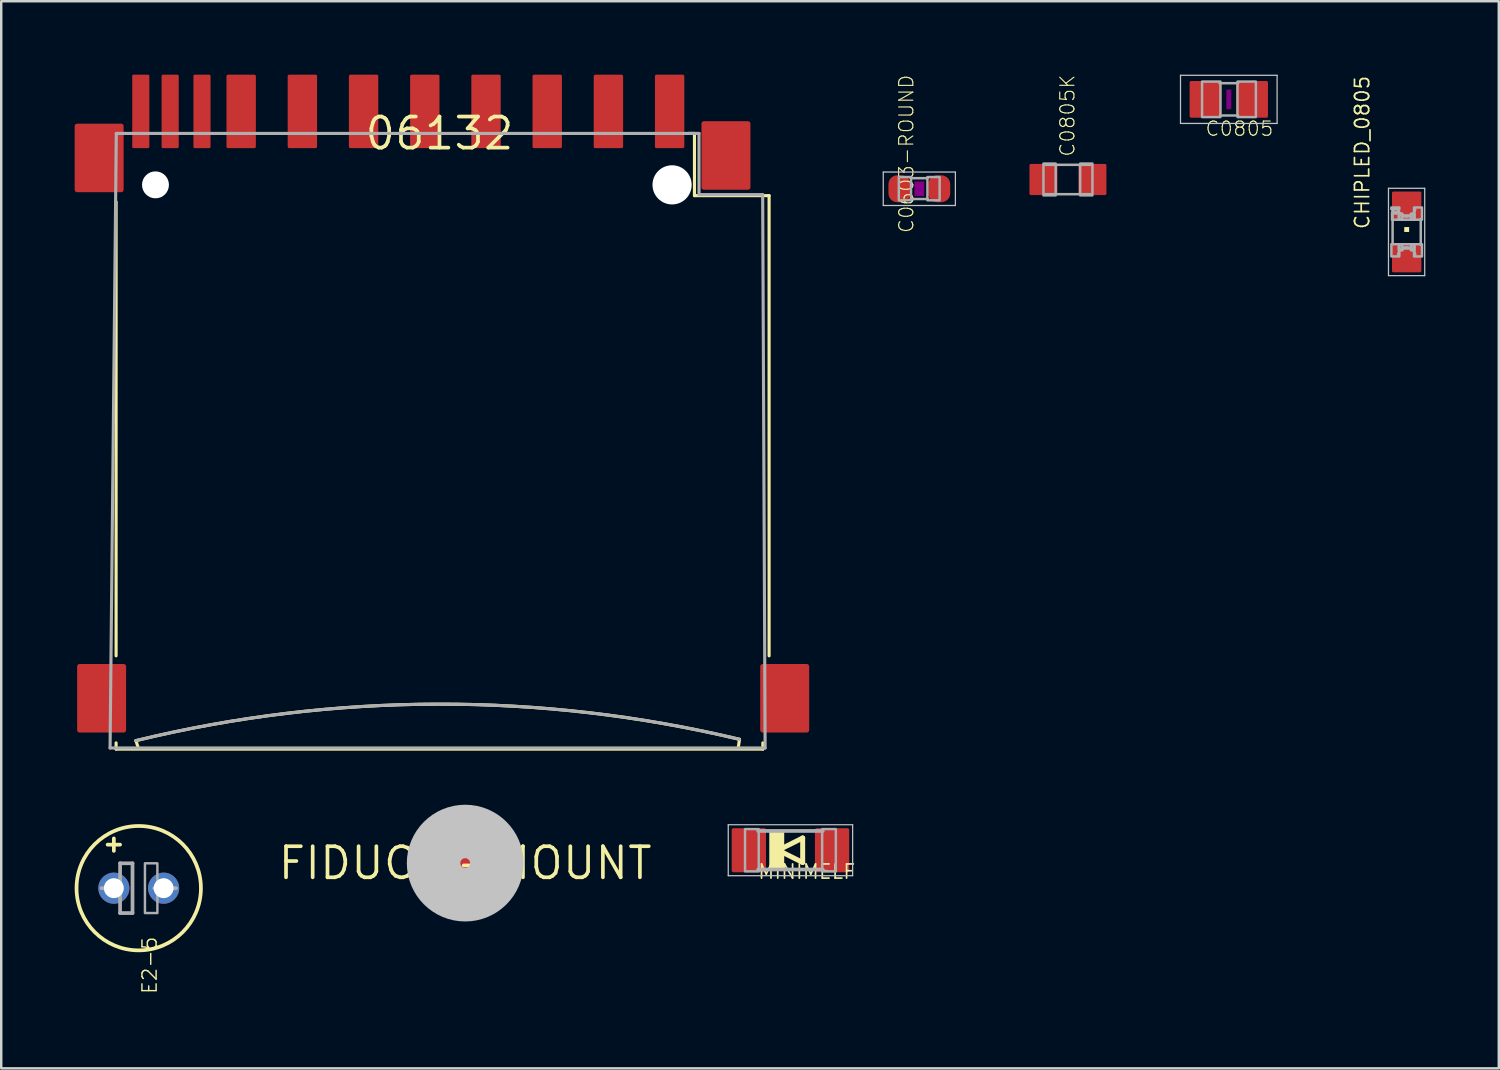
<source format=kicad_pcb>
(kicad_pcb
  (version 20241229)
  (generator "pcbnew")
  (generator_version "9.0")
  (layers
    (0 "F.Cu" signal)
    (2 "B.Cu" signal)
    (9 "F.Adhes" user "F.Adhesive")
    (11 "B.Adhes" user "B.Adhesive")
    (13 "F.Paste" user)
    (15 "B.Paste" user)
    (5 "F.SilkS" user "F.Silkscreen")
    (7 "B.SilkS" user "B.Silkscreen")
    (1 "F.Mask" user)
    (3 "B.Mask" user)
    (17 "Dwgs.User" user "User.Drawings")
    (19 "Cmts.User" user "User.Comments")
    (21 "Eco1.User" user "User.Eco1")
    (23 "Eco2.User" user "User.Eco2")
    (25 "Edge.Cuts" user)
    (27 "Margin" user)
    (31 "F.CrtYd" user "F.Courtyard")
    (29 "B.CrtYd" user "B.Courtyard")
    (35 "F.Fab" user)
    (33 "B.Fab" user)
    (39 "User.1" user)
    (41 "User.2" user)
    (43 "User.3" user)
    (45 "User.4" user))
  (footprint "C0603-ROUND"
    (layer "F.Cu")
    (at 34.498 4.66)
    (property "Reference" "C0603-ROUND" (at -0.193 1.844 90) (layer "F.SilkS") (effects (font (size 0.579 0.579) (thickness 0.046)) (justify left bottom)))
    (attr through_hole)
    (fp_poly (pts (xy -0.2 0.3) (xy 0.2 0.3) (xy 0.2 -0.3) (xy -0.2 -0.3)) (stroke (width 0) (type solid)) (fill yes) (layer "F.Adhes"))
    (fp_line (start -1.473 -0.683) (end 1.473 -0.683) (stroke (width 0.051) (type solid)) (layer "Dwgs.User"))
    (fp_line (start -1.473 0.683) (end -1.473 -0.683) (stroke (width 0.051) (type solid)) (layer "Dwgs.User"))
    (fp_line (start 1.473 -0.683) (end 1.473 0.683) (stroke (width 0.051) (type solid)) (layer "Dwgs.User"))
    (fp_line (start 1.473 0.683) (end -1.473 0.683) (stroke (width 0.051) (type solid)) (layer "Dwgs.User"))
    (fp_line (start -0.356 -0.432) (end 0.356 -0.432) (stroke (width 0.102) (type solid)) (layer "F.Fab"))
    (fp_line (start -0.356 0.419) (end 0.356 0.419) (stroke (width 0.102) (type solid)) (layer "F.Fab"))
    (fp_poly (pts (xy -0.838 0.47) (xy -0.338 0.47) (xy -0.338 -0.48) (xy -0.838 -0.48)) (stroke (width 0.1) (type solid)) (fill no) (layer "F.Fab"))
    (fp_poly (pts (xy 0.33 0.47) (xy 0.83 0.47) (xy 0.83 -0.48) (xy 0.33 -0.48)) (stroke (width 0.1) (type solid)) (fill no) (layer "F.Fab"))
    (pad "1" smd roundrect (at -0.813 0 90) (size 1.1 0.898) (layers "F.Cu" "F.Mask" "F.Paste") (roundrect_rratio 0.4))
    (pad "2" smd roundrect (at 0.813 0 90) (size 1.1 0.898) (layers "F.Cu" "F.Mask" "F.Paste") (roundrect_rratio 0.4)))
  (footprint "06132"
    (layer "F.Cu")
    (at 14.9 2.4)
    (property "Reference" "06132" (at 0 0 0) (layer "F.SilkS") (effects (font (size 1.27 1.27) (thickness 0.15))))
    (attr through_hole)
    (fp_line (start -13.208 2.794) (end -13.208 21.336) (stroke (width 0.127) (type solid)) (layer "F.SilkS"))
    (fp_line (start -13.208 24.892) (end -13.208 25.146) (stroke (width 0.127) (type solid)) (layer "F.SilkS"))
    (fp_line (start -13.208 25.146) (end 13.208 25.146) (stroke (width 0.127) (type solid)) (layer "F.SilkS"))
    (fp_line (start -12.4 24.8) (end -12.3 25.1) (stroke (width 0.127) (type solid)) (layer "F.SilkS"))
    (fp_line (start 10.414 0) (end 10.16 0) (stroke (width 0.127) (type solid)) (layer "F.SilkS"))
    (fp_line (start 10.414 2.54) (end 10.414 0) (stroke (width 0.127) (type solid)) (layer "F.SilkS"))
    (fp_line (start 12.254 24.746) (end 12.2 25.1) (stroke (width 0.127) (type solid)) (layer "F.SilkS"))
    (fp_line (start 13.208 25.146) (end 13.208 24.892) (stroke (width 0.127) (type solid)) (layer "F.SilkS"))
    (fp_line (start 13.462 2.54) (end 10.414 2.54) (stroke (width 0.127) (type solid)) (layer "F.SilkS"))
    (fp_line (start 13.462 21.336) (end 13.462 2.54) (stroke (width 0.127) (type solid)) (layer "F.SilkS"))
    (fp_arc (start -12.4 24.8) (mid -0.076208 23.308774) (end 12.253999 24.746) (stroke (width 0.127) (type solid)) (layer "F.SilkS"))
    (fp_line (start -13.454 25.1) (end -13.2 0) (stroke (width 0.127) (type solid)) (layer "F.Fab"))
    (fp_line (start -13.2 0) (end 10.6 0) (stroke (width 0.127) (type solid)) (layer "F.Fab"))
    (fp_line (start 10.6 0) (end 10.6 2.5) (stroke (width 0.127) (type solid)) (layer "F.Fab"))
    (fp_line (start 10.6 2.5) (end 13.2 2.5) (stroke (width 0.127) (type solid)) (layer "F.Fab"))
    (fp_line (start 13.2 2.5) (end 13.3 25.1) (stroke (width 0.127) (type solid)) (layer "F.Fab"))
    (fp_line (start 13.3 25.1) (end -13.454 25.1) (stroke (width 0.127) (type solid)) (layer "F.Fab"))
    (fp_arc (start -12.4 24.8) (mid -0.076208 23.308774) (end 12.253999 24.746) (stroke (width 0.127) (type solid)) (layer "F.Fab"))
    (pad "" np_thru_hole circle (at -11.6 2.1) (size 1.1 1.1) (drill 1.1) (layers "*.Cu" "*.Mask"))
    (pad "" np_thru_hole circle (at 9.5 2.1) (size 1.6 1.6) (drill 1.6) (layers "*.Cu" "*.Mask"))
    (pad "1" smd roundrect (at 6.9 -0.9 90) (size 3 1.2) (layers "F.Cu" "F.Mask" "F.Paste") (roundrect_rratio 0.05))
    (pad "2" smd roundrect (at 4.4 -0.9 90) (size 3 1.2) (layers "F.Cu" "F.Mask" "F.Paste") (roundrect_rratio 0.05))
    (pad "3" smd roundrect (at 1.9 -0.9 90) (size 3 1.2) (layers "F.Cu" "F.Mask" "F.Paste") (roundrect_rratio 0.05))
    (pad "4" smd roundrect (at -0.6 -0.9 90) (size 3 1.2) (layers "F.Cu" "F.Mask" "F.Paste") (roundrect_rratio 0.05))
    (pad "5" smd roundrect (at -3.1 -0.9 90) (size 3 1.2) (layers "F.Cu" "F.Mask" "F.Paste") (roundrect_rratio 0.05))
    (pad "6" smd roundrect (at -5.6 -0.9 90) (size 3 1.2) (layers "F.Cu" "F.Mask" "F.Paste") (roundrect_rratio 0.05))
    (pad "7" smd roundrect (at -8.1 -0.9 90) (size 3 1.2) (layers "F.Cu" "F.Mask" "F.Paste") (roundrect_rratio 0.05))
    (pad "8" smd roundrect (at -9.7 -0.9 90) (size 3 0.7) (layers "F.Cu" "F.Mask" "F.Paste") (roundrect_rratio 0.073))
    (pad "9" smd roundrect (at 9.4 -0.9 90) (size 3 1.2) (layers "F.Cu" "F.Mask" "F.Paste") (roundrect_rratio 0.05))
    (pad "CD" smd roundrect (at -11 -0.9 90) (size 3 0.7) (layers "F.Cu" "F.Mask" "F.Paste") (roundrect_rratio 0.073))
    (pad "GP" smd roundrect (at -13.8 23.07 90) (size 2.8 2) (layers "F.Cu" "F.Mask" "F.Paste") (roundrect_rratio 0.05))
    (pad "GP2" smd roundrect (at 14.1 23.07 90) (size 2.8 2) (layers "F.Cu" "F.Mask" "F.Paste") (roundrect_rratio 0.05))
    (pad "GP3" smd roundrect (at 11.7 0.9 90) (size 2.8 2) (layers "F.Cu" "F.Mask" "F.Paste") (roundrect_rratio 0.05))
    (pad "GP4" smd roundrect (at -13.9 1 90) (size 2.8 2) (layers "F.Cu" "F.Mask" "F.Paste") (roundrect_rratio 0.05))
    (pad "WP" smd roundrect (at -12.2 -0.9 90) (size 3 0.7) (layers "F.Cu" "F.Mask" "F.Paste") (roundrect_rratio 0.073)))
  (footprint "MINIMELF"
    (layer "F.Cu")
    (at 29.234 31.676)
    (property "Reference" "MINIMELF" (at -1.364 1.213 0) (layer "F.SilkS") (effects (font (size 0.579 0.579) (thickness 0.069)) (justify left bottom)))
    (attr through_hole)
    (fp_line (start -0.5 0) (end 0.5 0.5) (stroke (width 0.203) (type solid)) (layer "F.SilkS"))
    (fp_line (start 0.5 -0.5) (end -0.5 0) (stroke (width 0.203) (type solid)) (layer "F.SilkS"))
    (fp_line (start 0.5 0.5) (end 0.5 -0.5) (stroke (width 0.203) (type solid)) (layer "F.SilkS"))
    (fp_poly (pts (xy -0.864 0.787) (xy -0.254 0.787) (xy -0.254 -0.787) (xy -0.864 -0.787)) (stroke (width 0) (type solid)) (fill yes) (layer "F.SilkS"))
    (fp_line (start -2.54 -1.041) (end 2.54 -1.041) (stroke (width 0.051) (type solid)) (layer "Dwgs.User"))
    (fp_line (start -2.54 1.041) (end -2.54 -1.041) (stroke (width 0.051) (type solid)) (layer "Dwgs.User"))
    (fp_line (start 2.54 -1.041) (end 2.54 1.041) (stroke (width 0.051) (type solid)) (layer "Dwgs.User"))
    (fp_line (start 2.54 1.041) (end -2.54 1.041) (stroke (width 0.051) (type solid)) (layer "Dwgs.User"))
    (fp_line (start 1.321 -0.787) (end -1.321 -0.787) (stroke (width 0.152) (type solid)) (layer "F.Fab"))
    (fp_line (start 1.321 0.787) (end -1.321 0.787) (stroke (width 0.152) (type solid)) (layer "F.Fab"))
    (fp_poly (pts (xy -1.854 0.864) (xy -1.295 0.864) (xy -1.295 -0.864) (xy -1.854 -0.864)) (stroke (width 0.1) (type solid)) (fill no) (layer "F.Fab"))
    (fp_poly (pts (xy 1.295 0.864) (xy 1.854 0.864) (xy 1.854 -0.864) (xy 1.295 -0.864)) (stroke (width 0.1) (type solid)) (fill no) (layer "F.Fab"))
    (pad "A" smd roundrect (at 1.7 0) (size 1.4 1.8) (layers "F.Cu" "F.Mask" "F.Paste") (roundrect_rratio 0.05))
    (pad "C" smd roundrect (at -1.7 0) (size 1.4 1.8) (layers "F.Cu" "F.Mask" "F.Paste") (roundrect_rratio 0.05)))
  (footprint "C0805K"
    (layer "F.Cu")
    (at 40.568 4.281)
    (property "Reference" "C0805K" (at 0.317 -0.894 90) (layer "F.SilkS") (effects (font (size 0.579 0.579) (thickness 0.046)) (justify left bottom)))
    (attr through_hole)
    (fp_line (start -0.925 -0.6) (end 0.925 -0.6) (stroke (width 0.102) (type solid)) (layer "F.Fab"))
    (fp_line (start 0.925 0.6) (end -0.925 0.6) (stroke (width 0.102) (type solid)) (layer "F.Fab"))
    (fp_poly (pts (xy -1 0.65) (xy -0.5 0.65) (xy -0.5 -0.65) (xy -1 -0.65)) (stroke (width 0.1) (type solid)) (fill no) (layer "F.Fab"))
    (fp_poly (pts (xy 0.5 0.65) (xy 1 0.65) (xy 1 -0.65) (xy 0.5 -0.65)) (stroke (width 0.1) (type solid)) (fill no) (layer "F.Fab"))
    (pad "1" smd roundrect (at -1 0) (size 1.143 1.27) (layers "F.Cu" "F.Mask" "F.Paste") (roundrect_rratio 0.05))
    (pad "2" smd roundrect (at 1 0) (size 1.143 1.27) (layers "F.Cu" "F.Mask" "F.Paste") (roundrect_rratio 0.05)))
  (footprint "E2-5"
    (layer "F.Cu")
    (at 2.616 33.226)
    (property "Reference" "E2-5" (at 0.784 4.36 90) (layer "F.SilkS") (effects (font (size 0.579 0.579) (thickness 0.058)) (justify left bottom)))
    (attr through_hole)
    (fp_line (start -1.27 -1.778) (end -0.762 -1.778) (stroke (width 0.152) (type solid)) (layer "F.SilkS"))
    (fp_line (start -1.016 -1.524) (end -1.016 -2.032) (stroke (width 0.152) (type solid)) (layer "F.SilkS"))
    (fp_circle (center 0 0) (end 2.54 0) (stroke (width 0.152) (type solid)) (fill no) (layer "F.SilkS"))
    (fp_line (start -1.524 0) (end -0.762 0) (stroke (width 0.152) (type solid)) (layer "F.Fab"))
    (fp_line (start -0.762 -1.016) (end -0.762 0) (stroke (width 0.152) (type solid)) (layer "F.Fab"))
    (fp_line (start -0.762 0) (end -0.762 1.016) (stroke (width 0.152) (type solid)) (layer "F.Fab"))
    (fp_line (start -0.762 1.016) (end -0.254 1.016) (stroke (width 0.152) (type solid)) (layer "F.Fab"))
    (fp_line (start -0.254 -1.016) (end -0.762 -1.016) (stroke (width 0.152) (type solid)) (layer "F.Fab"))
    (fp_line (start -0.254 1.016) (end -0.254 -1.016) (stroke (width 0.152) (type solid)) (layer "F.Fab"))
    (fp_line (start 0.635 0) (end 1.524 0) (stroke (width 0.152) (type solid)) (layer "F.Fab"))
    (fp_poly (pts (xy 0.254 1.016) (xy 0.762 1.016) (xy 0.762 -1.016) (xy 0.254 -1.016)) (stroke (width 0.1) (type solid)) (fill no) (layer "F.Fab"))
    (pad "+" thru_hole circle (at -1.016 0) (size 1.27 1.27) (drill 0.813) (layers "*.Cu" "*.Mask"))
    (pad "-" thru_hole circle (at 1.016 0) (size 1.27 1.27) (drill 0.813) (layers "*.Cu" "*.Mask")))
  (footprint "C0805"
    (layer "F.Cu")
    (at 47.138 1.008)
    (property "Reference" "C0805" (at -0.989 1.538 180) (layer "F.SilkS") (effects (font (size 0.579 0.579) (thickness 0.046)) (justify left bottom)))
    (attr through_hole)
    (fp_poly (pts (xy -0.1 0.4) (xy 0.1 0.4) (xy 0.1 -0.4) (xy -0.1 -0.4)) (stroke (width 0) (type solid)) (fill yes) (layer "F.Adhes"))
    (fp_line (start -1.973 -0.983) (end 1.973 -0.983) (stroke (width 0.051) (type solid)) (layer "Dwgs.User"))
    (fp_line (start -1.973 0.983) (end -1.973 -0.983) (stroke (width 0.051) (type solid)) (layer "Dwgs.User"))
    (fp_line (start 1.973 -0.983) (end 1.973 0.983) (stroke (width 0.051) (type solid)) (layer "Dwgs.User"))
    (fp_line (start 1.973 0.983) (end -1.973 0.983) (stroke (width 0.051) (type solid)) (layer "Dwgs.User"))
    (fp_line (start -0.381 -0.66) (end 0.381 -0.66) (stroke (width 0.102) (type solid)) (layer "F.Fab"))
    (fp_line (start -0.356 0.66) (end 0.381 0.66) (stroke (width 0.102) (type solid)) (layer "F.Fab"))
    (fp_poly (pts (xy -1.092 0.724) (xy -0.342 0.724) (xy -0.342 -0.726) (xy -1.092 -0.726)) (stroke (width 0.1) (type solid)) (fill no) (layer "F.Fab"))
    (fp_poly (pts (xy 0.356 0.724) (xy 1.106 0.724) (xy 1.106 -0.726) (xy 0.356 -0.726)) (stroke (width 0.1) (type solid)) (fill no) (layer "F.Fab"))
    (pad "1" smd roundrect (at -0.95 0) (size 1.3 1.5) (layers "F.Cu" "F.Mask" "F.Paste") (roundrect_rratio 0.05))
    (pad "2" smd roundrect (at 0.95 0) (size 1.3 1.5) (layers "F.Cu" "F.Mask" "F.Paste") (roundrect_rratio 0.05)))
  (footprint "FIDUCIA-MOUNT"
    (layer "F.Cu")
    (at 15.95 32.202)
    (property "Reference" "FIDUCIA-MOUNT" (at 0 0 0) (layer "F.SilkS") (effects (font (size 1.27 1.27) (thickness 0.15))))
    (attr through_hole)
    (fp_circle (center 0 0) (end 0.5 0) (stroke (width 2.184) (type solid)) (fill no) (layer "F.Mask"))
    (fp_circle (center 0 0) (end 0.5 0) (stroke (width 2.184) (type solid)) (fill no) (layer "F.Mask"))
    (fp_circle (center 0 0) (end 0.2 0) (stroke (width 2.184) (type solid)) (fill no) (layer "Dwgs.User"))
    (pad "P$1" smd roundrect (at 0 0) (size 1.016 1.016) (layers "F.Cu" "F.Mask" "F.Paste") (roundrect_rratio 0.5)))
  (footprint "CHIPLED_0805"
    (layer "F.Cu")
    (at 54.403 6.424)
    (property "Reference" "CHIPLED_0805" (at -1.479 -0.072 90) (layer "F.SilkS") (effects (font (size 0.579 0.579) (thickness 0.069)) (justify left bottom)))
    (attr through_hole)
    (fp_poly (pts (xy -0.1 0) (xy 0.1 0) (xy 0.1 -0.2) (xy -0.1 -0.2)) (stroke (width 0) (type solid)) (fill yes) (layer "F.SilkS"))
    (fp_line (start -0.743 -1.784) (end 0.737 -1.784) (stroke (width 0.051) (type solid)) (layer "Dwgs.User"))
    (fp_line (start -0.743 1.784) (end -0.743 -1.784) (stroke (width 0.051) (type solid)) (layer "Dwgs.User"))
    (fp_line (start 0.737 -1.784) (end 0.737 1.784) (stroke (width 0.051) (type solid)) (layer "Dwgs.User"))
    (fp_line (start 0.737 1.784) (end -0.743 1.784) (stroke (width 0.051) (type solid)) (layer "Dwgs.User"))
    (fp_line (start -0.575 0.5) (end -0.575 -0.925) (stroke (width 0.102) (type solid)) (layer "F.Fab"))
    (fp_line (start 0.575 -0.525) (end 0.575 0.525) (stroke (width 0.102) (type solid)) (layer "F.Fab"))
    (fp_arc (start -0.35 0.925) (mid -0.000001 0.625027) (end 0.35 0.924998) (stroke (width 0.1016) (type solid)) (layer "F.Fab"))
    (fp_arc (start 0.35 -0.924998) (mid -0.000001 -0.625027) (end -0.35 -0.925) (stroke (width 0.1016) (type solid)) (layer "F.Fab"))
    (fp_circle (center -0.45 -0.85) (end -0.347 -0.85) (stroke (width 0.102) (type solid)) (fill no) (layer "F.Fab"))
    (fp_poly (pts (xy -0.625 -0.925) (xy -0.3 -0.925) (xy -0.3 -1) (xy -0.625 -1)) (stroke (width 0.1) (type solid)) (fill no) (layer "F.Fab"))
    (fp_poly (pts (xy -0.625 1) (xy -0.3 1) (xy -0.3 0.5) (xy -0.625 0.5)) (stroke (width 0.1) (type solid)) (fill no) (layer "F.Fab"))
    (fp_poly (pts (xy -0.6 -0.5) (xy -0.3 -0.5) (xy -0.3 -0.8) (xy -0.6 -0.8)) (stroke (width 0.1) (type solid)) (fill no) (layer "F.Fab"))
    (fp_poly (pts (xy -0.325 -0.5) (xy -0.175 -0.5) (xy -0.175 -0.75) (xy -0.325 -0.75)) (stroke (width 0.1) (type solid)) (fill no) (layer "F.Fab"))
    (fp_poly (pts (xy -0.325 0.75) (xy -0.175 0.75) (xy -0.175 0.5) (xy -0.325 0.5)) (stroke (width 0.1) (type solid)) (fill no) (layer "F.Fab"))
    (fp_poly (pts (xy -0.2 -0.5) (xy 0.2 -0.5) (xy 0.2 -0.675) (xy -0.2 -0.675)) (stroke (width 0.1) (type solid)) (fill no) (layer "F.Fab"))
    (fp_poly (pts (xy -0.2 0.675) (xy 0.2 0.675) (xy 0.2 0.5) (xy -0.2 0.5)) (stroke (width 0.1) (type solid)) (fill no) (layer "F.Fab"))
    (fp_poly (pts (xy 0.175 -0.5) (xy 0.325 -0.5) (xy 0.325 -0.75) (xy 0.175 -0.75)) (stroke (width 0.1) (type solid)) (fill no) (layer "F.Fab"))
    (fp_poly (pts (xy 0.175 0.75) (xy 0.325 0.75) (xy 0.325 0.5) (xy 0.175 0.5)) (stroke (width 0.1) (type solid)) (fill no) (layer "F.Fab"))
    (fp_poly (pts (xy 0.3 -0.5) (xy 0.625 -0.5) (xy 0.625 -1) (xy 0.3 -1)) (stroke (width 0.1) (type solid)) (fill no) (layer "F.Fab"))
    (fp_poly (pts (xy 0.3 1) (xy 0.625 1) (xy 0.625 0.5) (xy 0.3 0.5)) (stroke (width 0.1) (type solid)) (fill no) (layer "F.Fab"))
    (pad "A" smd roundrect (at 0 1.05) (size 1.2 1.2) (layers "F.Cu" "F.Mask" "F.Paste") (roundrect_rratio 0.05))
    (pad "C" smd roundrect (at 0 -1.05) (size 1.2 1.2) (layers "F.Cu" "F.Mask" "F.Paste") (roundrect_rratio 0.05)))
  (gr_rect
    (start -3 -3)
    (end 58.165 40.586)
    (stroke (width 0.1) (type default))
    (fill no)
    (layer "Edge.Cuts")))
</source>
